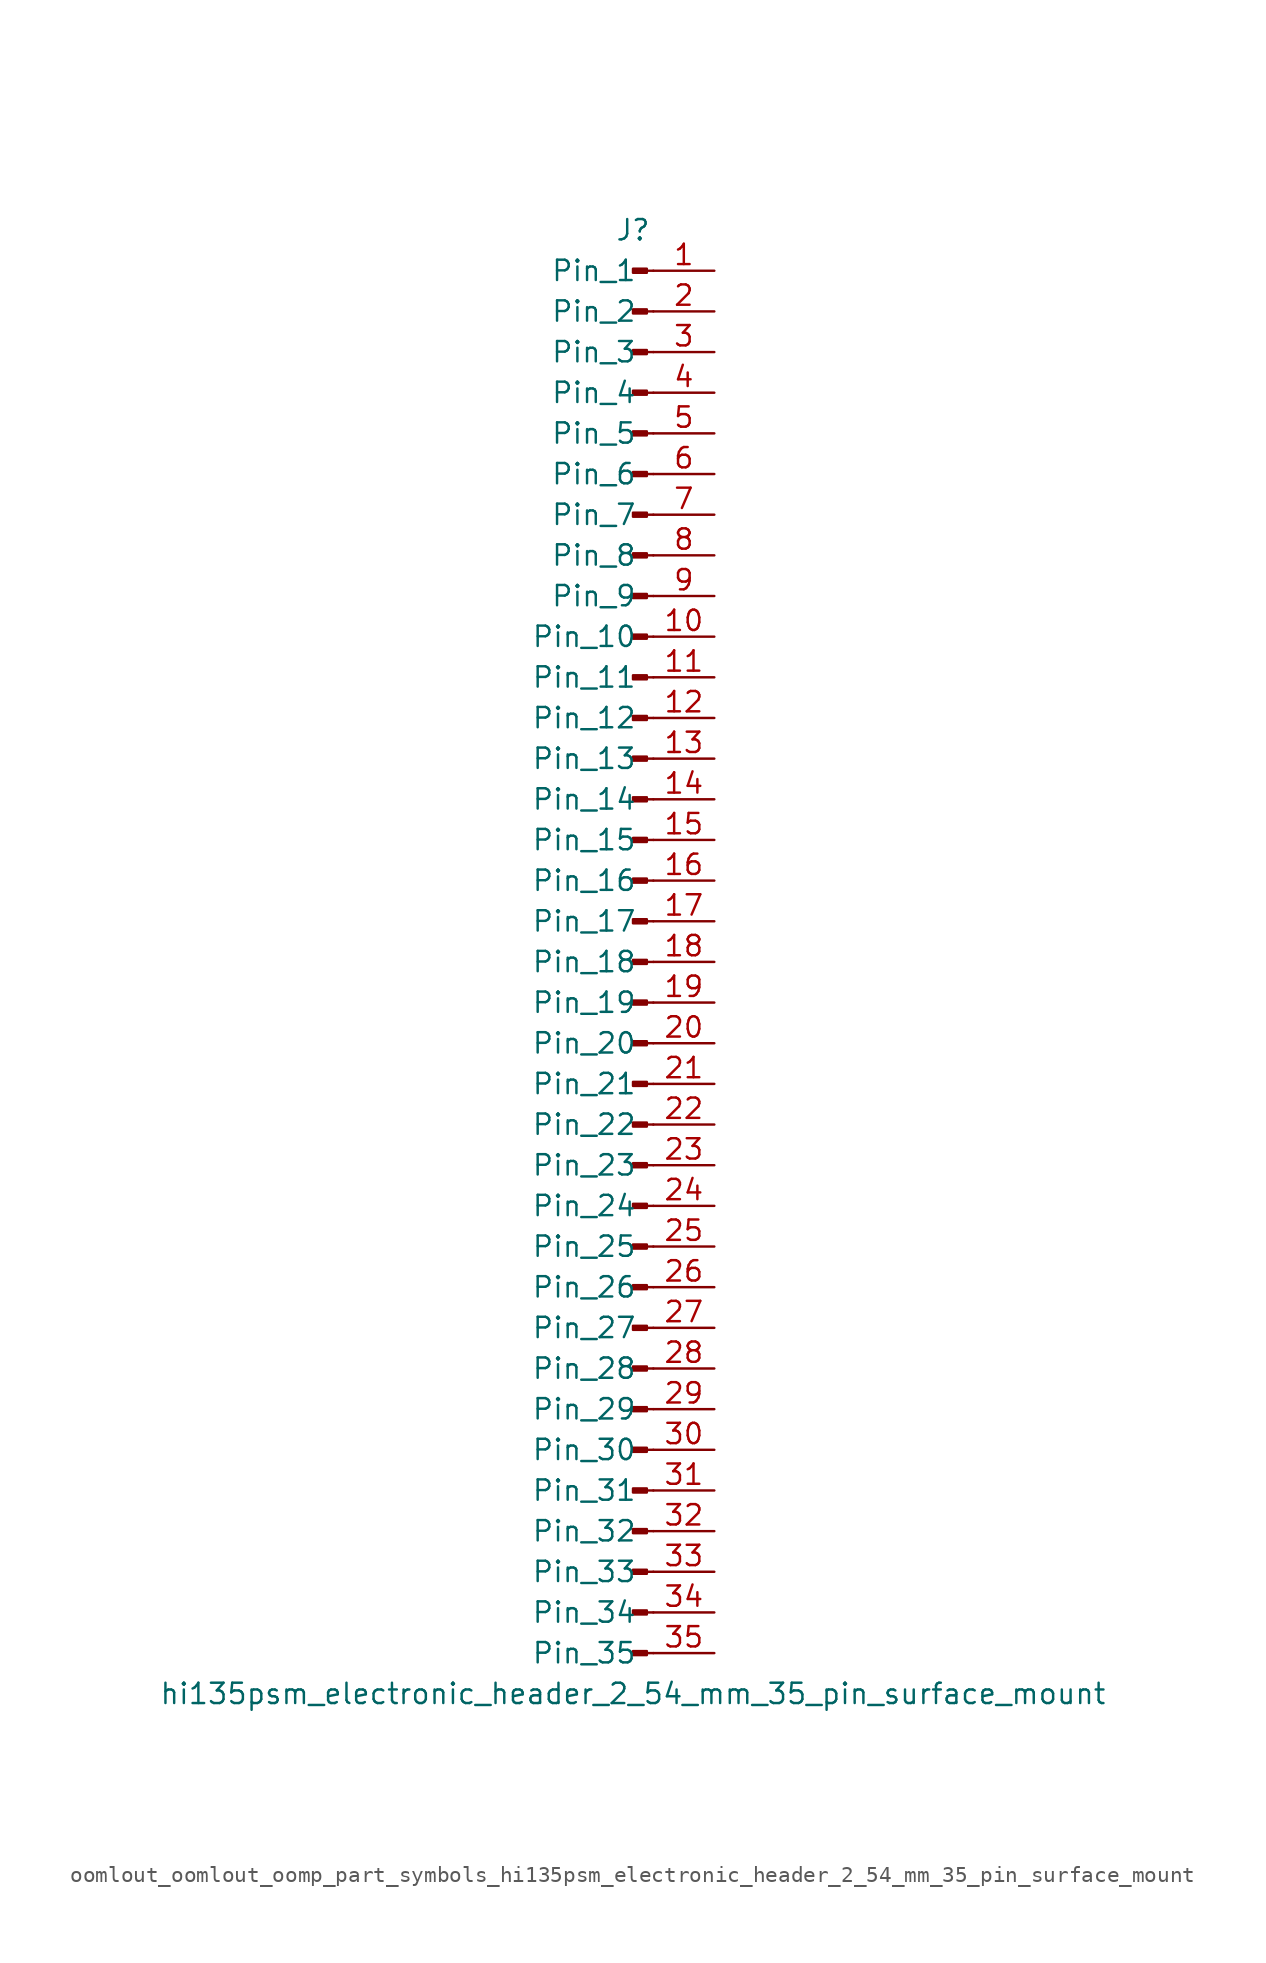
<source format=kicad_sym>
(kicad_symbol_lib
  (version 20220914)
  (generator kicad_symbol_editor)
  (symbol "oomlout_oomlout_oomp_part_symbols_hi135psm_electronic_header_2_54_mm_35_pin_surface_mount"
    (pin_names
      (offset 1.016))
    (property "Reference" "J"
      (at 0 45.72 0)
      (effects (font (size 1.27 1.27))))
    (property "Value" "hi135psm_electronic_header_2_54_mm_35_pin_surface_mount"
      (at 0 -45.72 0)
      (effects (font (size 1.27 1.27))))
    (property "ki_locked" ""
      (at 0 0 0)
      (effects (font (size 1.27 1.27))))
    (symbol "oomlout_oomlout_oomp_part_symbols_hi135psm_electronic_header_2_54_mm_35_pin_surface_mount_1_1"
      (polyline (pts (xy 1.27 -43.18) (xy 0.864 -43.18)) (stroke (width 0.152) (type default)) (fill (type none)))
      (polyline (pts (xy 1.27 -40.64) (xy 0.864 -40.64)) (stroke (width 0.152) (type default)) (fill (type none)))
      (polyline (pts (xy 1.27 -38.1) (xy 0.864 -38.1)) (stroke (width 0.152) (type default)) (fill (type none)))
      (polyline (pts (xy 1.27 -35.56) (xy 0.864 -35.56)) (stroke (width 0.152) (type default)) (fill (type none)))
      (polyline (pts (xy 1.27 -33.02) (xy 0.864 -33.02)) (stroke (width 0.152) (type default)) (fill (type none)))
      (polyline (pts (xy 1.27 -30.48) (xy 0.864 -30.48)) (stroke (width 0.152) (type default)) (fill (type none)))
      (polyline (pts (xy 1.27 -27.94) (xy 0.864 -27.94)) (stroke (width 0.152) (type default)) (fill (type none)))
      (polyline (pts (xy 1.27 -25.4) (xy 0.864 -25.4)) (stroke (width 0.152) (type default)) (fill (type none)))
      (polyline (pts (xy 1.27 -22.86) (xy 0.864 -22.86)) (stroke (width 0.152) (type default)) (fill (type none)))
      (polyline (pts (xy 1.27 -20.32) (xy 0.864 -20.32)) (stroke (width 0.152) (type default)) (fill (type none)))
      (polyline (pts (xy 1.27 -17.78) (xy 0.864 -17.78)) (stroke (width 0.152) (type default)) (fill (type none)))
      (polyline (pts (xy 1.27 -15.24) (xy 0.864 -15.24)) (stroke (width 0.152) (type default)) (fill (type none)))
      (polyline (pts (xy 1.27 -12.7) (xy 0.864 -12.7)) (stroke (width 0.152) (type default)) (fill (type none)))
      (polyline (pts (xy 1.27 -10.16) (xy 0.864 -10.16)) (stroke (width 0.152) (type default)) (fill (type none)))
      (polyline (pts (xy 1.27 -7.62) (xy 0.864 -7.62)) (stroke (width 0.152) (type default)) (fill (type none)))
      (polyline (pts (xy 1.27 -5.08) (xy 0.864 -5.08)) (stroke (width 0.152) (type default)) (fill (type none)))
      (polyline (pts (xy 1.27 -2.54) (xy 0.864 -2.54)) (stroke (width 0.152) (type default)) (fill (type none)))
      (polyline (pts (xy 1.27 0) (xy 0.864 0)) (stroke (width 0.152) (type default)) (fill (type none)))
      (polyline (pts (xy 1.27 2.54) (xy 0.864 2.54)) (stroke (width 0.152) (type default)) (fill (type none)))
      (polyline (pts (xy 1.27 5.08) (xy 0.864 5.08)) (stroke (width 0.152) (type default)) (fill (type none)))
      (polyline (pts (xy 1.27 7.62) (xy 0.864 7.62)) (stroke (width 0.152) (type default)) (fill (type none)))
      (polyline (pts (xy 1.27 10.16) (xy 0.864 10.16)) (stroke (width 0.152) (type default)) (fill (type none)))
      (polyline (pts (xy 1.27 12.7) (xy 0.864 12.7)) (stroke (width 0.152) (type default)) (fill (type none)))
      (polyline (pts (xy 1.27 15.24) (xy 0.864 15.24)) (stroke (width 0.152) (type default)) (fill (type none)))
      (polyline (pts (xy 1.27 17.78) (xy 0.864 17.78)) (stroke (width 0.152) (type default)) (fill (type none)))
      (polyline (pts (xy 1.27 20.32) (xy 0.864 20.32)) (stroke (width 0.152) (type default)) (fill (type none)))
      (polyline (pts (xy 1.27 22.86) (xy 0.864 22.86)) (stroke (width 0.152) (type default)) (fill (type none)))
      (polyline (pts (xy 1.27 25.4) (xy 0.864 25.4)) (stroke (width 0.152) (type default)) (fill (type none)))
      (polyline (pts (xy 1.27 27.94) (xy 0.864 27.94)) (stroke (width 0.152) (type default)) (fill (type none)))
      (polyline (pts (xy 1.27 30.48) (xy 0.864 30.48)) (stroke (width 0.152) (type default)) (fill (type none)))
      (polyline (pts (xy 1.27 33.02) (xy 0.864 33.02)) (stroke (width 0.152) (type default)) (fill (type none)))
      (polyline (pts (xy 1.27 35.56) (xy 0.864 35.56)) (stroke (width 0.152) (type default)) (fill (type none)))
      (polyline (pts (xy 1.27 38.1) (xy 0.864 38.1)) (stroke (width 0.152) (type default)) (fill (type none)))
      (polyline (pts (xy 1.27 40.64) (xy 0.864 40.64)) (stroke (width 0.152) (type default)) (fill (type none)))
      (polyline (pts (xy 1.27 43.18) (xy 0.864 43.18)) (stroke (width 0.152) (type default)) (fill (type none)))
      (rectangle (start 0.864 -43.053) (end 0 -43.307) (stroke (width 0.152) (type default)) (fill (type outline)))
      (rectangle (start 0.864 -40.513) (end 0 -40.767) (stroke (width 0.152) (type default)) (fill (type outline)))
      (rectangle (start 0.864 -37.973) (end 0 -38.227) (stroke (width 0.152) (type default)) (fill (type outline)))
      (rectangle (start 0.864 -35.433) (end 0 -35.687) (stroke (width 0.152) (type default)) (fill (type outline)))
      (rectangle (start 0.864 -32.893) (end 0 -33.147) (stroke (width 0.152) (type default)) (fill (type outline)))
      (rectangle (start 0.864 -30.353) (end 0 -30.607) (stroke (width 0.152) (type default)) (fill (type outline)))
      (rectangle (start 0.864 -27.813) (end 0 -28.067) (stroke (width 0.152) (type default)) (fill (type outline)))
      (rectangle (start 0.864 -25.273) (end 0 -25.527) (stroke (width 0.152) (type default)) (fill (type outline)))
      (rectangle (start 0.864 -22.733) (end 0 -22.987) (stroke (width 0.152) (type default)) (fill (type outline)))
      (rectangle (start 0.864 -20.193) (end 0 -20.447) (stroke (width 0.152) (type default)) (fill (type outline)))
      (rectangle (start 0.864 -17.653) (end 0 -17.907) (stroke (width 0.152) (type default)) (fill (type outline)))
      (rectangle (start 0.864 -15.113) (end 0 -15.367) (stroke (width 0.152) (type default)) (fill (type outline)))
      (rectangle (start 0.864 -12.573) (end 0 -12.827) (stroke (width 0.152) (type default)) (fill (type outline)))
      (rectangle (start 0.864 -10.033) (end 0 -10.287) (stroke (width 0.152) (type default)) (fill (type outline)))
      (rectangle (start 0.864 -7.493) (end 0 -7.747) (stroke (width 0.152) (type default)) (fill (type outline)))
      (rectangle (start 0.864 -4.953) (end 0 -5.207) (stroke (width 0.152) (type default)) (fill (type outline)))
      (rectangle (start 0.864 -2.413) (end 0 -2.667) (stroke (width 0.152) (type default)) (fill (type outline)))
      (rectangle (start 0.864 0.127) (end 0 -0.127) (stroke (width 0.152) (type default)) (fill (type outline)))
      (rectangle (start 0.864 2.667) (end 0 2.413) (stroke (width 0.152) (type default)) (fill (type outline)))
      (rectangle (start 0.864 5.207) (end 0 4.953) (stroke (width 0.152) (type default)) (fill (type outline)))
      (rectangle (start 0.864 7.747) (end 0 7.493) (stroke (width 0.152) (type default)) (fill (type outline)))
      (rectangle (start 0.864 10.287) (end 0 10.033) (stroke (width 0.152) (type default)) (fill (type outline)))
      (rectangle (start 0.864 12.827) (end 0 12.573) (stroke (width 0.152) (type default)) (fill (type outline)))
      (rectangle (start 0.864 15.367) (end 0 15.113) (stroke (width 0.152) (type default)) (fill (type outline)))
      (rectangle (start 0.864 17.907) (end 0 17.653) (stroke (width 0.152) (type default)) (fill (type outline)))
      (rectangle (start 0.864 20.447) (end 0 20.193) (stroke (width 0.152) (type default)) (fill (type outline)))
      (rectangle (start 0.864 22.987) (end 0 22.733) (stroke (width 0.152) (type default)) (fill (type outline)))
      (rectangle (start 0.864 25.527) (end 0 25.273) (stroke (width 0.152) (type default)) (fill (type outline)))
      (rectangle (start 0.864 28.067) (end 0 27.813) (stroke (width 0.152) (type default)) (fill (type outline)))
      (rectangle (start 0.864 30.607) (end 0 30.353) (stroke (width 0.152) (type default)) (fill (type outline)))
      (rectangle (start 0.864 33.147) (end 0 32.893) (stroke (width 0.152) (type default)) (fill (type outline)))
      (rectangle (start 0.864 35.687) (end 0 35.433) (stroke (width 0.152) (type default)) (fill (type outline)))
      (rectangle (start 0.864 38.227) (end 0 37.973) (stroke (width 0.152) (type default)) (fill (type outline)))
      (rectangle (start 0.864 40.767) (end 0 40.513) (stroke (width 0.152) (type default)) (fill (type outline)))
      (rectangle (start 0.864 43.307) (end 0 43.053) (stroke (width 0.152) (type default)) (fill (type outline)))
      (pin passive line (at 5.08 43.18 180) (length 3.81) (name "Pin_1" (effects (font (size 1.27 1.27)))) (number "1" (effects (font (size 1.27 1.27)))))
      (pin passive line (at 5.08 20.32 180) (length 3.81) (name "Pin_10" (effects (font (size 1.27 1.27)))) (number "10" (effects (font (size 1.27 1.27)))))
      (pin passive line (at 5.08 17.78 180) (length 3.81) (name "Pin_11" (effects (font (size 1.27 1.27)))) (number "11" (effects (font (size 1.27 1.27)))))
      (pin passive line (at 5.08 15.24 180) (length 3.81) (name "Pin_12" (effects (font (size 1.27 1.27)))) (number "12" (effects (font (size 1.27 1.27)))))
      (pin passive line (at 5.08 12.7 180) (length 3.81) (name "Pin_13" (effects (font (size 1.27 1.27)))) (number "13" (effects (font (size 1.27 1.27)))))
      (pin passive line (at 5.08 10.16 180) (length 3.81) (name "Pin_14" (effects (font (size 1.27 1.27)))) (number "14" (effects (font (size 1.27 1.27)))))
      (pin passive line (at 5.08 7.62 180) (length 3.81) (name "Pin_15" (effects (font (size 1.27 1.27)))) (number "15" (effects (font (size 1.27 1.27)))))
      (pin passive line (at 5.08 5.08 180) (length 3.81) (name "Pin_16" (effects (font (size 1.27 1.27)))) (number "16" (effects (font (size 1.27 1.27)))))
      (pin passive line (at 5.08 2.54 180) (length 3.81) (name "Pin_17" (effects (font (size 1.27 1.27)))) (number "17" (effects (font (size 1.27 1.27)))))
      (pin passive line (at 5.08 0 180) (length 3.81) (name "Pin_18" (effects (font (size 1.27 1.27)))) (number "18" (effects (font (size 1.27 1.27)))))
      (pin passive line (at 5.08 -2.54 180) (length 3.81) (name "Pin_19" (effects (font (size 1.27 1.27)))) (number "19" (effects (font (size 1.27 1.27)))))
      (pin passive line (at 5.08 40.64 180) (length 3.81) (name "Pin_2" (effects (font (size 1.27 1.27)))) (number "2" (effects (font (size 1.27 1.27)))))
      (pin passive line (at 5.08 -5.08 180) (length 3.81) (name "Pin_20" (effects (font (size 1.27 1.27)))) (number "20" (effects (font (size 1.27 1.27)))))
      (pin passive line (at 5.08 -7.62 180) (length 3.81) (name "Pin_21" (effects (font (size 1.27 1.27)))) (number "21" (effects (font (size 1.27 1.27)))))
      (pin passive line (at 5.08 -10.16 180) (length 3.81) (name "Pin_22" (effects (font (size 1.27 1.27)))) (number "22" (effects (font (size 1.27 1.27)))))
      (pin passive line (at 5.08 -12.7 180) (length 3.81) (name "Pin_23" (effects (font (size 1.27 1.27)))) (number "23" (effects (font (size 1.27 1.27)))))
      (pin passive line (at 5.08 -15.24 180) (length 3.81) (name "Pin_24" (effects (font (size 1.27 1.27)))) (number "24" (effects (font (size 1.27 1.27)))))
      (pin passive line (at 5.08 -17.78 180) (length 3.81) (name "Pin_25" (effects (font (size 1.27 1.27)))) (number "25" (effects (font (size 1.27 1.27)))))
      (pin passive line (at 5.08 -20.32 180) (length 3.81) (name "Pin_26" (effects (font (size 1.27 1.27)))) (number "26" (effects (font (size 1.27 1.27)))))
      (pin passive line (at 5.08 -22.86 180) (length 3.81) (name "Pin_27" (effects (font (size 1.27 1.27)))) (number "27" (effects (font (size 1.27 1.27)))))
      (pin passive line (at 5.08 -25.4 180) (length 3.81) (name "Pin_28" (effects (font (size 1.27 1.27)))) (number "28" (effects (font (size 1.27 1.27)))))
      (pin passive line (at 5.08 -27.94 180) (length 3.81) (name "Pin_29" (effects (font (size 1.27 1.27)))) (number "29" (effects (font (size 1.27 1.27)))))
      (pin passive line (at 5.08 38.1 180) (length 3.81) (name "Pin_3" (effects (font (size 1.27 1.27)))) (number "3" (effects (font (size 1.27 1.27)))))
      (pin passive line (at 5.08 -30.48 180) (length 3.81) (name "Pin_30" (effects (font (size 1.27 1.27)))) (number "30" (effects (font (size 1.27 1.27)))))
      (pin passive line (at 5.08 -33.02 180) (length 3.81) (name "Pin_31" (effects (font (size 1.27 1.27)))) (number "31" (effects (font (size 1.27 1.27)))))
      (pin passive line (at 5.08 -35.56 180) (length 3.81) (name "Pin_32" (effects (font (size 1.27 1.27)))) (number "32" (effects (font (size 1.27 1.27)))))
      (pin passive line (at 5.08 -38.1 180) (length 3.81) (name "Pin_33" (effects (font (size 1.27 1.27)))) (number "33" (effects (font (size 1.27 1.27)))))
      (pin passive line (at 5.08 -40.64 180) (length 3.81) (name "Pin_34" (effects (font (size 1.27 1.27)))) (number "34" (effects (font (size 1.27 1.27)))))
      (pin passive line (at 5.08 -43.18 180) (length 3.81) (name "Pin_35" (effects (font (size 1.27 1.27)))) (number "35" (effects (font (size 1.27 1.27)))))
      (pin passive line (at 5.08 35.56 180) (length 3.81) (name "Pin_4" (effects (font (size 1.27 1.27)))) (number "4" (effects (font (size 1.27 1.27)))))
      (pin passive line (at 5.08 33.02 180) (length 3.81) (name "Pin_5" (effects (font (size 1.27 1.27)))) (number "5" (effects (font (size 1.27 1.27)))))
      (pin passive line (at 5.08 30.48 180) (length 3.81) (name "Pin_6" (effects (font (size 1.27 1.27)))) (number "6" (effects (font (size 1.27 1.27)))))
      (pin passive line (at 5.08 27.94 180) (length 3.81) (name "Pin_7" (effects (font (size 1.27 1.27)))) (number "7" (effects (font (size 1.27 1.27)))))
      (pin passive line (at 5.08 25.4 180) (length 3.81) (name "Pin_8" (effects (font (size 1.27 1.27)))) (number "8" (effects (font (size 1.27 1.27)))))
      (pin passive line (at 5.08 22.86 180) (length 3.81) (name "Pin_9" (effects (font (size 1.27 1.27)))) (number "9" (effects (font (size 1.27 1.27))))))))
</source>
